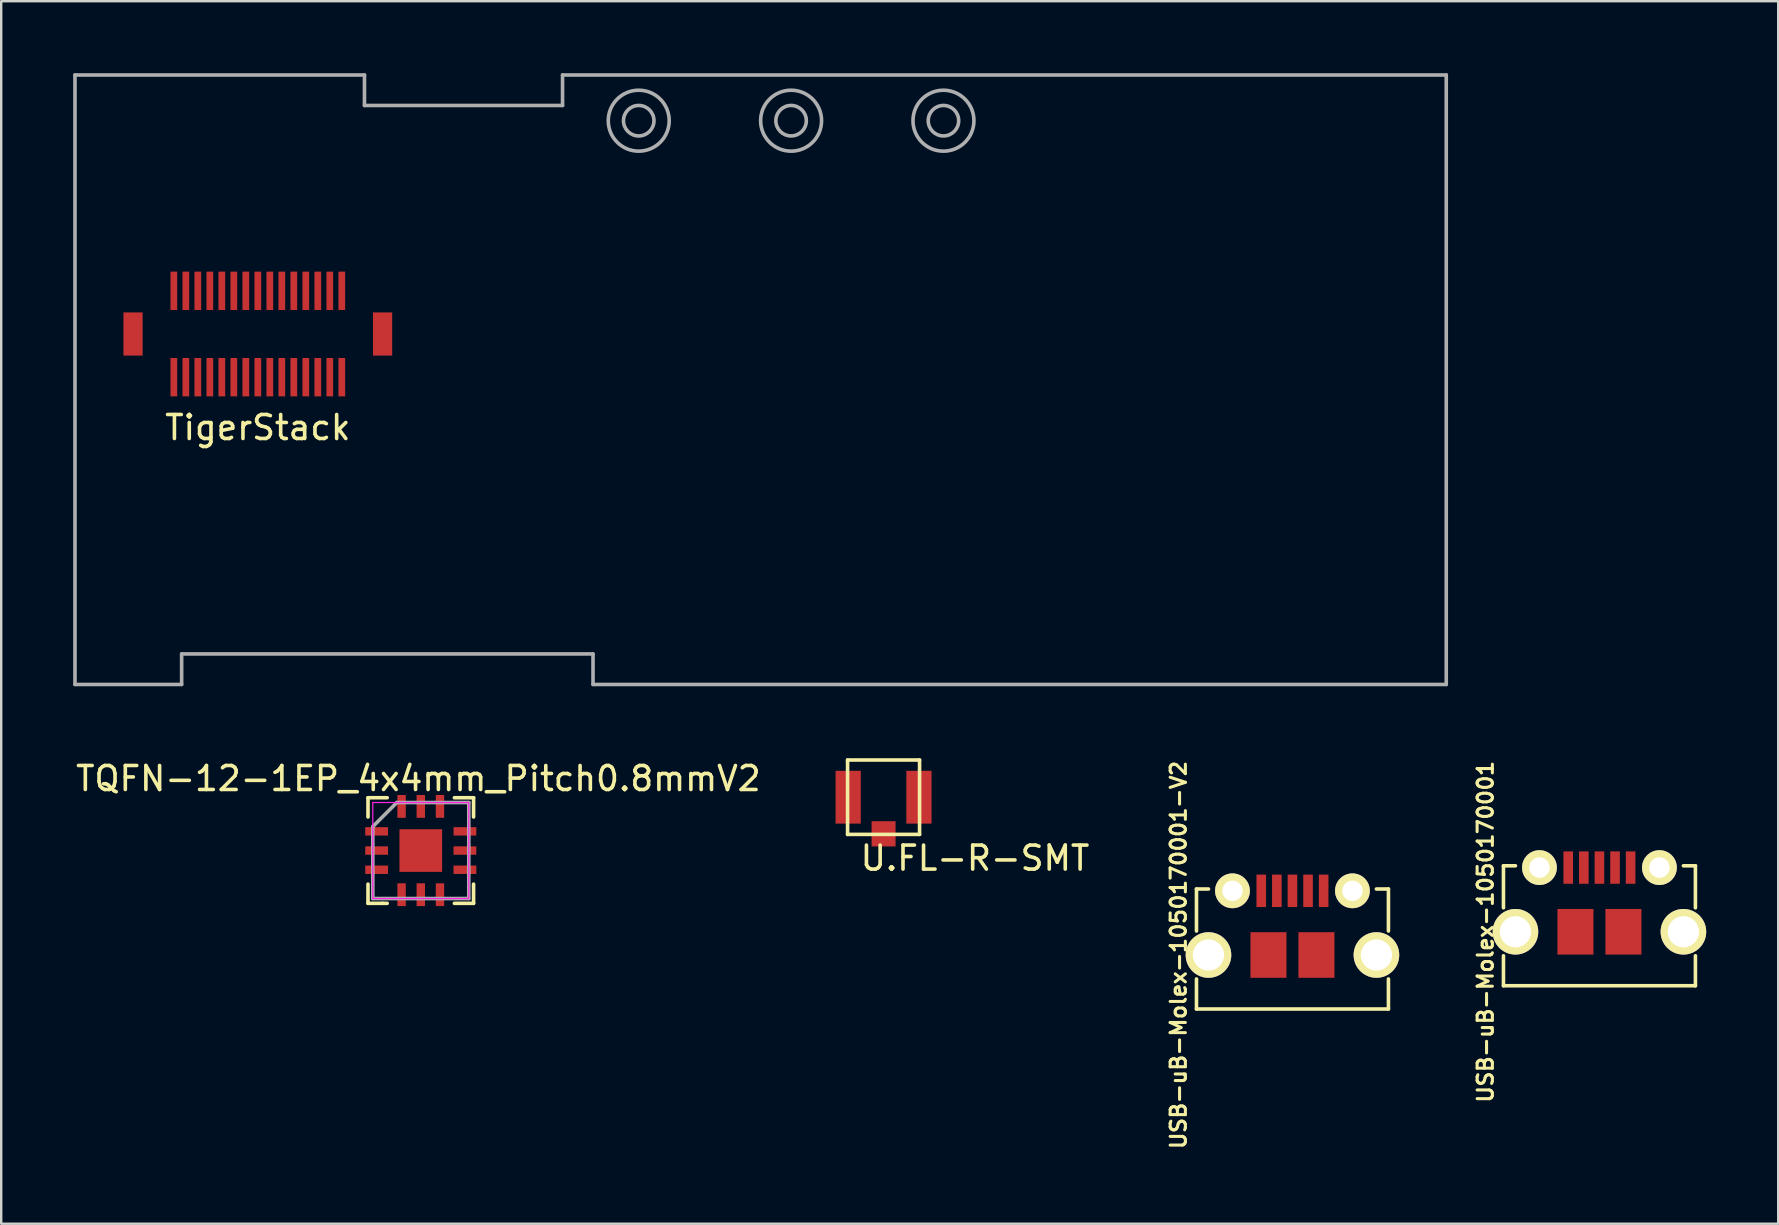
<source format=kicad_pcb>
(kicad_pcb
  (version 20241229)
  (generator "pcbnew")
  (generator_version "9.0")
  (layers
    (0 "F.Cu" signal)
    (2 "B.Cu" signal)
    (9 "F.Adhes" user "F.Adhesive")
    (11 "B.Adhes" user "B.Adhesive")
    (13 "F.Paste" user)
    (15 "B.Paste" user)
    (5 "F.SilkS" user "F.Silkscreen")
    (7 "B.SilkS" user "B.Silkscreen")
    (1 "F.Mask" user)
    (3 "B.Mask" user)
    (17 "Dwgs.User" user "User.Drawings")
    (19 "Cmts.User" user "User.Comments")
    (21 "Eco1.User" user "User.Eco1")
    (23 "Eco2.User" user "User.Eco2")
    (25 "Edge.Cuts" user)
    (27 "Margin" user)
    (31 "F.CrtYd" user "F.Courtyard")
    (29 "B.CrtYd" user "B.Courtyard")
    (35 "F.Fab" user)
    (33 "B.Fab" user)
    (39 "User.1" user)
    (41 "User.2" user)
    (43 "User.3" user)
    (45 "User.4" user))
  (footprint "USB-uB-Molex-1050170001-V2"
    (layer "F.Cu")
    (at 50.815 36.751)
    (property "Reference" "USB-uB-Molex-1050170001-V2" (at -4.75 0 90) (layer "F.SilkS") (effects (font (size 0.635 0.635) (thickness 0.127))))
    (attr exclude_from_pos_files exclude_from_bom)
    (fp_line (start -4 -2.75) (end -4 -1) (stroke (width 0.15) (type solid)) (layer "F.SilkS"))
    (fp_line (start -4 1) (end -4 2.25) (stroke (width 0.15) (type solid)) (layer "F.SilkS"))
    (fp_line (start -4 2.25) (end 4 2.25) (stroke (width 0.15) (type solid)) (layer "F.SilkS"))
    (fp_line (start -3.5 -2.75) (end -4 -2.75) (stroke (width 0.15) (type solid)) (layer "F.SilkS"))
    (fp_line (start 3.5 -2.75) (end 4 -2.75) (stroke (width 0.15) (type solid)) (layer "F.SilkS"))
    (fp_line (start 4 -2.75) (end 4 -1) (stroke (width 0.15) (type solid)) (layer "F.SilkS"))
    (fp_line (start 4 2.25) (end 4 1) (stroke (width 0.15) (type solid)) (layer "F.SilkS"))
    (pad "1" smd rect (at -1.3 -2.675) (size 0.4 1.35) (layers "F.Cu" "F.Mask" "F.Paste"))
    (pad "2" smd rect (at -0.65 -2.675) (size 0.4 1.35) (layers "F.Cu" "F.Mask" "F.Paste"))
    (pad "3" smd rect (at 0 -2.675) (size 0.4 1.35) (layers "F.Cu" "F.Mask" "F.Paste"))
    (pad "4" smd rect (at 0.65 -2.675) (size 0.4 1.35) (layers "F.Cu" "F.Mask" "F.Paste"))
    (pad "5" smd rect (at 1.3 -2.675) (size 0.4 1.35) (layers "F.Cu" "F.Mask" "F.Paste"))
    (pad "6" thru_hole oval (at -3.5 0) (size 1.9 1.9) (drill oval 1.3) (layers "*.Cu" "*.Mask" "F.SilkS"))
    (pad "6" thru_hole circle (at -2.5 -2.675) (size 1.45 1.45) (drill 0.85) (layers "*.Cu" "*.Mask" "F.SilkS"))
    (pad "6" smd rect (at -1 0) (size 1.5 1.9) (layers "F.Cu" "F.Mask" "F.Paste"))
    (pad "6" smd rect (at 1 0) (size 1.5 1.9) (layers "F.Cu" "F.Mask" "F.Paste"))
    (pad "6" thru_hole circle (at 2.5 -2.675) (size 1.45 1.45) (drill 0.85) (layers "*.Cu" "*.Mask" "F.SilkS"))
    (pad "6" thru_hole oval (at 3.5 0) (size 1.9 1.9) (drill oval 1.3) (layers "*.Cu" "*.Mask" "F.SilkS")))
  (footprint "U.FL-R-SMT"
    (layer "F.Cu")
    (at 33.774 30.175)
    (property "Reference" "U.FL-R-SMT" (at 3.81 2.54 0) (layer "F.SilkS") (effects (font (size 1 1) (thickness 0.15))))
    (attr through_hole)
    (fp_line (start -1.5 -1.55) (end -1.5 1.55) (stroke (width 0.15) (type solid)) (layer "F.SilkS"))
    (fp_line (start -1.5 1.55) (end 1.5 1.55) (stroke (width 0.15) (type solid)) (layer "F.SilkS"))
    (fp_line (start 1.5 -1.55) (end -1.5 -1.55) (stroke (width 0.15) (type solid)) (layer "F.SilkS"))
    (fp_line (start 1.5 1.55) (end 1.5 -1.55) (stroke (width 0.15) (type solid)) (layer "F.SilkS"))
    (pad "1" smd rect (at 0 1.525) (size 1 1.05) (layers "F.Cu" "F.Mask" "F.Paste"))
    (pad "2" smd rect (at -1.475 0) (size 1.05 2.2) (layers "F.Cu" "F.Mask" "F.Paste"))
    (pad "3" smd rect (at 1.475 0) (size 1.05 2.2) (layers "F.Cu" "F.Mask" "F.Paste")))
  (footprint "TQFN-12-1EP_4x4mm_Pitch0.8mmV2"
    (layer "F.Cu")
    (at 14.487 32.398)
    (property "Reference" "TQFN-12-1EP_4x4mm_Pitch0.8mmV2" (at -0.1 -3 0) (layer "F.SilkS") (effects (font (size 1 1) (thickness 0.15))))
    (attr smd)
    (fp_line (start -2.2 -2.2) (end -2.2 -1.4) (stroke (width 0.15) (type solid)) (layer "F.SilkS"))
    (fp_line (start -2.2 1.4) (end -2.2 2.2) (stroke (width 0.15) (type solid)) (layer "F.SilkS"))
    (fp_line (start -2.2 2.2) (end -1.6 2.2) (stroke (width 0.15) (type solid)) (layer "F.SilkS"))
    (fp_line (start -1.4 -2.2) (end -2.2 -2.2) (stroke (width 0.15) (type solid)) (layer "F.SilkS"))
    (fp_line (start -1.4 2.2) (end -1.6 2.2) (stroke (width 0.15) (type solid)) (layer "F.SilkS"))
    (fp_line (start 1.4 -2.2) (end 2.2 -2.2) (stroke (width 0.15) (type solid)) (layer "F.SilkS"))
    (fp_line (start 1.4 2.2) (end 2.2 2.2) (stroke (width 0.15) (type solid)) (layer "F.SilkS"))
    (fp_line (start 2.2 -2.2) (end 2.2 -1.4) (stroke (width 0.15) (type solid)) (layer "F.SilkS"))
    (fp_line (start 2.2 2.2) (end 2.2 1.4) (stroke (width 0.15) (type solid)) (layer "F.SilkS"))
    (fp_line (start -2 -2) (end -2 2) (stroke (width 0.05) (type solid)) (layer "F.CrtYd"))
    (fp_line (start -2 -2) (end 2 -2) (stroke (width 0.05) (type solid)) (layer "F.CrtYd"))
    (fp_line (start -2 2) (end 2 2) (stroke (width 0.05) (type solid)) (layer "F.CrtYd"))
    (fp_line (start 2 -2) (end 2 2) (stroke (width 0.05) (type solid)) (layer "F.CrtYd"))
    (fp_line (start -2 -1) (end -1 -2) (stroke (width 0.15) (type solid)) (layer "F.Fab"))
    (fp_line (start -2 2) (end -2 -1) (stroke (width 0.15) (type solid)) (layer "F.Fab"))
    (fp_line (start -1 -2) (end 2 -2) (stroke (width 0.15) (type solid)) (layer "F.Fab"))
    (fp_line (start 2 -2) (end 2 2) (stroke (width 0.15) (type solid)) (layer "F.Fab"))
    (fp_line (start 2 2) (end -2 2) (stroke (width 0.15) (type solid)) (layer "F.Fab"))
    (pad "1" smd rect (at -1.84 -0.8) (size 0.95 0.35) (layers "F.Cu" "F.Mask" "F.Paste"))
    (pad "2" smd rect (at -1.84 0) (size 0.95 0.35) (layers "F.Cu" "F.Mask" "F.Paste"))
    (pad "3" smd rect (at -1.84 0.8) (size 0.95 0.35) (layers "F.Cu" "F.Mask" "F.Paste"))
    (pad "4" smd rect (at -0.8 1.84 90) (size 0.95 0.35) (layers "F.Cu" "F.Mask" "F.Paste"))
    (pad "5" smd rect (at 0 1.84 90) (size 0.95 0.35) (layers "F.Cu" "F.Mask" "F.Paste"))
    (pad "6" smd rect (at 0.8 1.84 90) (size 0.95 0.35) (layers "F.Cu" "F.Mask" "F.Paste"))
    (pad "7" smd rect (at 1.84 0.8) (size 0.95 0.35) (layers "F.Cu" "F.Mask" "F.Paste"))
    (pad "8" smd rect (at 1.84 0) (size 0.95 0.35) (layers "F.Cu" "F.Mask" "F.Paste"))
    (pad "9" smd rect (at 1.84 -0.8) (size 0.95 0.35) (layers "F.Cu" "F.Mask" "F.Paste"))
    (pad "10" smd rect (at 0.8 -1.84 90) (size 0.95 0.35) (layers "F.Cu" "F.Mask" "F.Paste"))
    (pad "11" smd rect (at 0 -1.84 90) (size 0.95 0.35) (layers "F.Cu" "F.Mask" "F.Paste"))
    (pad "12" smd rect (at -0.8 -1.84 90) (size 0.95 0.35) (layers "F.Cu" "F.Mask" "F.Paste"))
    (pad "EP" smd rect (at 0 0) (size 1.778 1.778) (layers "F.Cu" "F.Mask" "F.Paste")))
  (footprint "USB-uB-Molex-1050170001"
    (layer "F.Cu")
    (at 63.609 35.783)
    (property "Reference" "USB-uB-Molex-1050170001" (at -4.75 0 90) (layer "F.SilkS") (effects (font (size 0.635 0.635) (thickness 0.127))))
    (attr exclude_from_pos_files exclude_from_bom)
    (fp_line (start -4 -2.75) (end -4 -1) (stroke (width 0.15) (type solid)) (layer "F.SilkS"))
    (fp_line (start -4 1) (end -4 2.25) (stroke (width 0.15) (type solid)) (layer "F.SilkS"))
    (fp_line (start -4 2.25) (end 4 2.25) (stroke (width 0.15) (type solid)) (layer "F.SilkS"))
    (fp_line (start -3.5 -2.75) (end -4 -2.75) (stroke (width 0.15) (type solid)) (layer "F.SilkS"))
    (fp_line (start 3.5 -2.75) (end 4 -2.75) (stroke (width 0.15) (type solid)) (layer "F.SilkS"))
    (fp_line (start 4 -2.75) (end 4 -1) (stroke (width 0.15) (type solid)) (layer "F.SilkS"))
    (fp_line (start 4 2.25) (end 4 1) (stroke (width 0.15) (type solid)) (layer "F.SilkS"))
    (pad "1" smd rect (at -1.3 -2.675) (size 0.4 1.35) (layers "F.Cu" "F.Mask" "F.Paste"))
    (pad "2" smd rect (at -0.65 -2.675) (size 0.4 1.35) (layers "F.Cu" "F.Mask" "F.Paste"))
    (pad "3" smd rect (at 0 -2.675) (size 0.4 1.35) (layers "F.Cu" "F.Mask" "F.Paste"))
    (pad "4" smd rect (at 0.65 -2.675) (size 0.4 1.35) (layers "F.Cu" "F.Mask" "F.Paste"))
    (pad "5" smd rect (at 1.3 -2.675) (size 0.4 1.35) (layers "F.Cu" "F.Mask" "F.Paste"))
    (pad "6" thru_hole oval (at -3.5 0) (size 1.9 1.9) (drill oval 1.3) (layers "*.Cu" "*.Mask" "F.SilkS"))
    (pad "6" thru_hole circle (at -2.5 -2.675) (size 1.45 1.45) (drill 0.85) (layers "*.Cu" "*.Mask" "F.SilkS"))
    (pad "6" smd rect (at -1 0) (size 1.5 1.9) (layers "F.Cu" "F.Mask" "F.Paste"))
    (pad "6" smd rect (at 1 0) (size 1.5 1.9) (layers "F.Cu" "F.Mask" "F.Paste"))
    (pad "6" thru_hole circle (at 2.5 -2.675) (size 1.45 1.45) (drill 0.85) (layers "*.Cu" "*.Mask" "F.SilkS"))
    (pad "6" thru_hole oval (at 3.5 0) (size 1.9 1.9) (drill oval 1.3) (layers "*.Cu" "*.Mask" "F.SilkS")))
  (footprint "TigerStack"
    (layer "F.Cu")
    (at 7.695 10.87)
    (property "Reference" "TigerStack" (at 0 3.9 0) (layer "F.SilkS") (effects (font (size 1 1) (thickness 0.15))))
    (attr through_hole)
    (fp_line (start -7.62 14.605) (end -7.62 -10.795) (stroke (width 0.15) (type solid)) (layer "F.Fab"))
    (fp_line (start -3.175 13.335) (end 13.97 13.335) (stroke (width 0.15) (type solid)) (layer "F.Fab"))
    (fp_line (start -3.175 14.605) (end -7.62 14.605) (stroke (width 0.15) (type solid)) (layer "F.Fab"))
    (fp_line (start -3.175 14.605) (end -3.175 13.335) (stroke (width 0.15) (type solid)) (layer "F.Fab"))
    (fp_line (start 4.445 -10.795) (end -7.62 -10.795) (stroke (width 0.15) (type solid)) (layer "F.Fab"))
    (fp_line (start 4.445 -10.795) (end 4.445 -9.525) (stroke (width 0.15) (type solid)) (layer "F.Fab"))
    (fp_line (start 4.445 -9.525) (end 12.7 -9.525) (stroke (width 0.15) (type solid)) (layer "F.Fab"))
    (fp_line (start 12.7 -10.795) (end 49.53 -10.795) (stroke (width 0.15) (type solid)) (layer "F.Fab"))
    (fp_line (start 12.7 -9.525) (end 12.7 -10.795) (stroke (width 0.15) (type solid)) (layer "F.Fab"))
    (fp_line (start 13.97 13.335) (end 13.97 14.605) (stroke (width 0.15) (type solid)) (layer "F.Fab"))
    (fp_line (start 13.97 14.605) (end 49.53 14.605) (stroke (width 0.15) (type solid)) (layer "F.Fab"))
    (fp_line (start 49.53 -10.795) (end 49.53 14.605) (stroke (width 0.15) (type solid)) (layer "F.Fab"))
    (fp_circle (center 15.875 -8.89) (end 15.875 -8.255) (stroke (width 0.15) (type solid)) (fill no) (layer "F.Fab"))
    (fp_circle (center 15.875 -8.89) (end 15.875 -7.62) (stroke (width 0.15) (type solid)) (fill no) (layer "F.Fab"))
    (fp_circle (center 22.225 -8.89) (end 22.225 -8.255) (stroke (width 0.15) (type solid)) (fill no) (layer "F.Fab"))
    (fp_circle (center 22.225 -8.89) (end 22.225 -7.62) (stroke (width 0.15) (type solid)) (fill no) (layer "F.Fab"))
    (fp_circle (center 28.575 -8.89) (end 28.575 -8.255) (stroke (width 0.15) (type solid)) (fill no) (layer "F.Fab"))
    (fp_circle (center 28.575 -8.89) (end 28.575 -7.62) (stroke (width 0.15) (type solid)) (fill no) (layer "F.Fab"))
    (pad "" smd rect (at -5.2 0) (size 0.8 1.8) (layers "F.Cu" "F.Mask" "F.Paste"))
    (pad "" smd rect (at 5.2 0) (size 0.8 1.8) (layers "F.Cu" "F.Mask" "F.Paste"))
    (pad "1" smd rect (at -3.5 1.8) (size 0.28 1.6) (layers "F.Cu" "F.Mask" "F.Paste"))
    (pad "2" smd rect (at -3.5 -1.8) (size 0.28 1.6) (layers "F.Cu" "F.Mask" "F.Paste"))
    (pad "3" smd rect (at -3 1.8) (size 0.28 1.6) (layers "F.Cu" "F.Mask" "F.Paste"))
    (pad "4" smd rect (at -3 -1.8) (size 0.28 1.6) (layers "F.Cu" "F.Mask" "F.Paste"))
    (pad "5" smd rect (at -2.5 1.8) (size 0.28 1.6) (layers "F.Cu" "F.Mask" "F.Paste"))
    (pad "6" smd rect (at -2.5 -1.8) (size 0.28 1.6) (layers "F.Cu" "F.Mask" "F.Paste"))
    (pad "7" smd rect (at -2 1.8) (size 0.28 1.6) (layers "F.Cu" "F.Mask" "F.Paste"))
    (pad "8" smd rect (at -2 -1.8) (size 0.28 1.6) (layers "F.Cu" "F.Mask" "F.Paste"))
    (pad "9" smd rect (at -1.5 1.8) (size 0.28 1.6) (layers "F.Cu" "F.Mask" "F.Paste"))
    (pad "10" smd rect (at -1.5 -1.8) (size 0.28 1.6) (layers "F.Cu" "F.Mask" "F.Paste"))
    (pad "11" smd rect (at -1 1.8) (size 0.28 1.6) (layers "F.Cu" "F.Mask" "F.Paste"))
    (pad "12" smd rect (at -1 -1.8) (size 0.28 1.6) (layers "F.Cu" "F.Mask" "F.Paste"))
    (pad "13" smd rect (at -0.5 1.8) (size 0.28 1.6) (layers "F.Cu" "F.Mask" "F.Paste"))
    (pad "14" smd rect (at -0.5 -1.8) (size 0.28 1.6) (layers "F.Cu" "F.Mask" "F.Paste"))
    (pad "15" smd rect (at 0 1.8) (size 0.28 1.6) (layers "F.Cu" "F.Mask" "F.Paste"))
    (pad "16" smd rect (at 0 -1.8) (size 0.28 1.6) (layers "F.Cu" "F.Mask" "F.Paste"))
    (pad "17" smd rect (at 0.5 1.8) (size 0.28 1.6) (layers "F.Cu" "F.Mask" "F.Paste"))
    (pad "18" smd rect (at 0.5 -1.8) (size 0.28 1.6) (layers "F.Cu" "F.Mask" "F.Paste"))
    (pad "19" smd rect (at 1 1.8) (size 0.28 1.6) (layers "F.Cu" "F.Mask" "F.Paste"))
    (pad "20" smd rect (at 1 -1.8) (size 0.28 1.6) (layers "F.Cu" "F.Mask" "F.Paste"))
    (pad "21" smd rect (at 1.5 1.8) (size 0.28 1.6) (layers "F.Cu" "F.Mask" "F.Paste"))
    (pad "22" smd rect (at 1.5 -1.8) (size 0.28 1.6) (layers "F.Cu" "F.Mask" "F.Paste"))
    (pad "23" smd rect (at 2 1.8) (size 0.28 1.6) (layers "F.Cu" "F.Mask" "F.Paste"))
    (pad "24" smd rect (at 2 -1.8) (size 0.28 1.6) (layers "F.Cu" "F.Mask" "F.Paste"))
    (pad "25" smd rect (at 2.5 1.8) (size 0.28 1.6) (layers "F.Cu" "F.Mask" "F.Paste"))
    (pad "26" smd rect (at 2.5 -1.8) (size 0.28 1.6) (layers "F.Cu" "F.Mask" "F.Paste"))
    (pad "27" smd rect (at 3 1.8) (size 0.28 1.6) (layers "F.Cu" "F.Mask" "F.Paste"))
    (pad "28" smd rect (at 3 -1.8) (size 0.28 1.6) (layers "F.Cu" "F.Mask" "F.Paste"))
    (pad "29" smd rect (at 3.5 1.8) (size 0.28 1.6) (layers "F.Cu" "F.Mask" "F.Paste"))
    (pad "30" smd rect (at 3.5 -1.8) (size 0.28 1.6) (layers "F.Cu" "F.Mask" "F.Paste")))
  (gr_rect
    (start -3 -3)
    (end 71.059 47.951)
    (stroke (width 0.1) (type default))
    (fill no)
    (layer "Edge.Cuts")))
</source>
